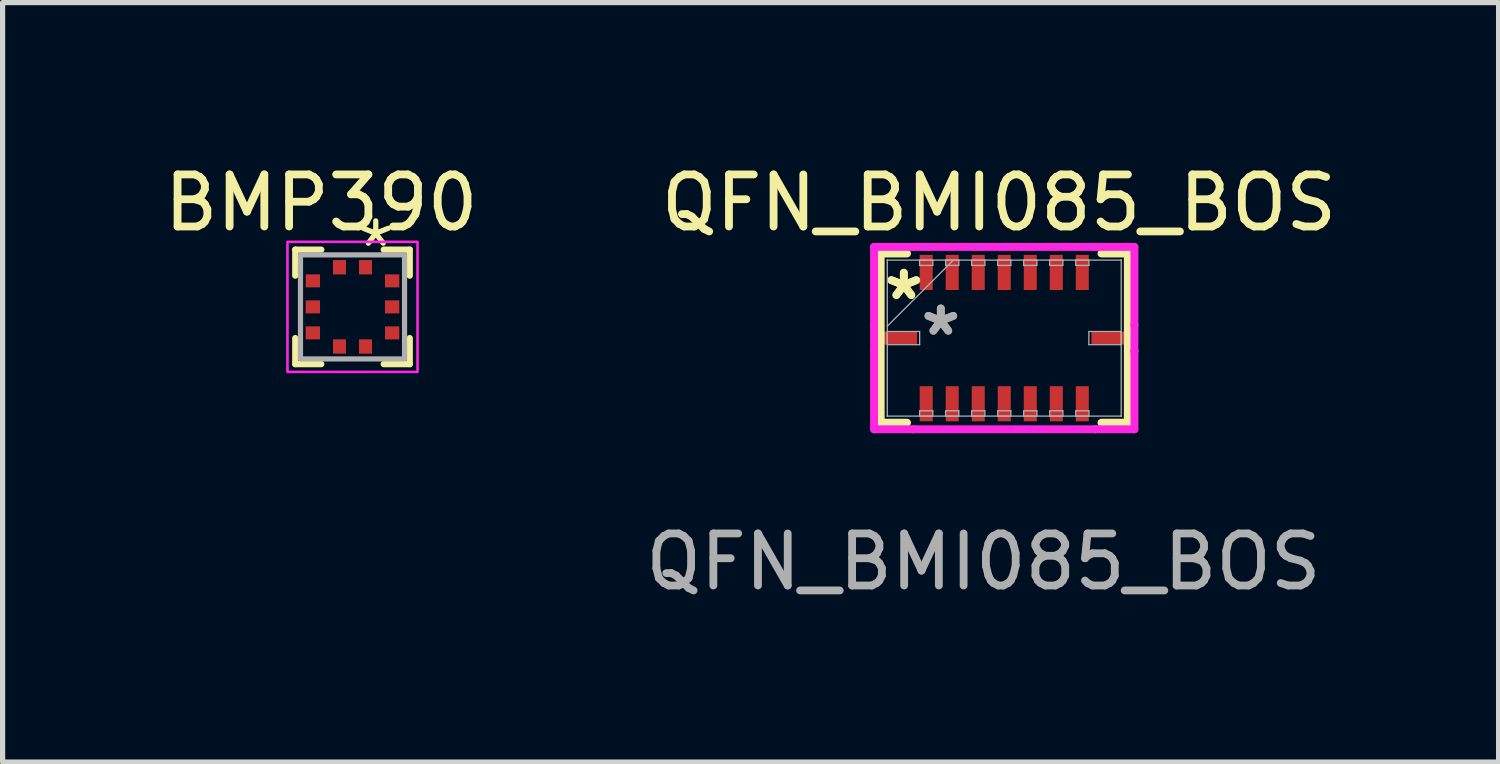
<source format=kicad_pcb>
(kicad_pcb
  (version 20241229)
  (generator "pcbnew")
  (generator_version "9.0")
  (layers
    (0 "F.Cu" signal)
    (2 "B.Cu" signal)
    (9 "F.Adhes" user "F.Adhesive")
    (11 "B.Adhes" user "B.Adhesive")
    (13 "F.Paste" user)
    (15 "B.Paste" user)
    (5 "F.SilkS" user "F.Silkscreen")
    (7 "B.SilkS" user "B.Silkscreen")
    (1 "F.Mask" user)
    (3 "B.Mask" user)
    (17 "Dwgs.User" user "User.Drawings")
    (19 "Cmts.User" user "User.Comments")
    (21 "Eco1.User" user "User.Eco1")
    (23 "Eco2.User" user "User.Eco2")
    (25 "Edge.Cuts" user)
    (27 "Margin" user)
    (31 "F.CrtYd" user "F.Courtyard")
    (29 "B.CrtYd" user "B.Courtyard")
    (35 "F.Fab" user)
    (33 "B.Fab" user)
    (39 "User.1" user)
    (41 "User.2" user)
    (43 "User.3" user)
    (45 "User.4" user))
  (footprint "QFN_BMI085_BOS"
    (layer "F.Cu")
    (at 16.251 3.448)
    (property "Reference" "QFN_BMI085_BOS" (at -0.1 -2.6 0) (unlocked yes) (layer "F.SilkS") (effects (font (size 1 1) (thickness 0.15))))
    (attr smd)
    (fp_line (start -2.375 -1.626) (end -2.375 1.626) (stroke (width 0.152) (type solid)) (layer "F.SilkS"))
    (fp_line (start -2.375 1.626) (end -1.869 1.626) (stroke (width 0.152) (type solid)) (layer "F.SilkS"))
    (fp_line (start -1.869 -1.626) (end -2.375 -1.626) (stroke (width 0.152) (type solid)) (layer "F.SilkS"))
    (fp_line (start 1.869 1.626) (end 2.375 1.626) (stroke (width 0.152) (type solid)) (layer "F.SilkS"))
    (fp_line (start 2.375 -1.626) (end 1.869 -1.626) (stroke (width 0.152) (type solid)) (layer "F.SilkS"))
    (fp_line (start 2.375 1.626) (end 2.375 -1.626) (stroke (width 0.152) (type solid)) (layer "F.SilkS"))
    (fp_line (start -2.502 -1.753) (end -1.75 -1.753) (stroke (width 0.152) (type solid)) (layer "F.CrtYd"))
    (fp_line (start -2.502 -0.25) (end -2.502 -1.753) (stroke (width 0.152) (type solid)) (layer "F.CrtYd"))
    (fp_line (start -2.502 -0.25) (end -2.502 -0.25) (stroke (width 0.152) (type solid)) (layer "F.CrtYd"))
    (fp_line (start -2.502 0.25) (end -2.502 -0.25) (stroke (width 0.152) (type solid)) (layer "F.CrtYd"))
    (fp_line (start -2.502 0.25) (end -2.502 0.25) (stroke (width 0.152) (type solid)) (layer "F.CrtYd"))
    (fp_line (start -2.502 1.753) (end -2.502 0.25) (stroke (width 0.152) (type solid)) (layer "F.CrtYd"))
    (fp_line (start -1.75 -1.753) (end -1.75 -1.753) (stroke (width 0.152) (type solid)) (layer "F.CrtYd"))
    (fp_line (start -1.75 -1.753) (end 1.75 -1.753) (stroke (width 0.152) (type solid)) (layer "F.CrtYd"))
    (fp_line (start -1.75 1.753) (end -2.502 1.753) (stroke (width 0.152) (type solid)) (layer "F.CrtYd"))
    (fp_line (start -1.75 1.753) (end -1.75 1.753) (stroke (width 0.152) (type solid)) (layer "F.CrtYd"))
    (fp_line (start 1.75 -1.753) (end 1.75 -1.753) (stroke (width 0.152) (type solid)) (layer "F.CrtYd"))
    (fp_line (start 1.75 -1.753) (end 2.502 -1.753) (stroke (width 0.152) (type solid)) (layer "F.CrtYd"))
    (fp_line (start 1.75 1.753) (end -1.75 1.753) (stroke (width 0.152) (type solid)) (layer "F.CrtYd"))
    (fp_line (start 1.75 1.753) (end 1.75 1.753) (stroke (width 0.152) (type solid)) (layer "F.CrtYd"))
    (fp_line (start 2.502 -1.753) (end 2.502 -0.25) (stroke (width 0.152) (type solid)) (layer "F.CrtYd"))
    (fp_line (start 2.502 -0.25) (end 2.502 -0.25) (stroke (width 0.152) (type solid)) (layer "F.CrtYd"))
    (fp_line (start 2.502 -0.25) (end 2.502 0.25) (stroke (width 0.152) (type solid)) (layer "F.CrtYd"))
    (fp_line (start 2.502 0.25) (end 2.502 0.25) (stroke (width 0.152) (type solid)) (layer "F.CrtYd"))
    (fp_line (start 2.502 0.25) (end 2.502 1.753) (stroke (width 0.152) (type solid)) (layer "F.CrtYd"))
    (fp_line (start 2.502 1.753) (end 1.75 1.753) (stroke (width 0.152) (type solid)) (layer "F.CrtYd"))
    (fp_line (start -2.248 -1.499) (end -2.248 -1.499) (stroke (width 0.025) (type solid)) (layer "F.Fab"))
    (fp_line (start -2.248 -1.499) (end -2.248 1.499) (stroke (width 0.025) (type solid)) (layer "F.Fab"))
    (fp_line (start -2.248 -0.229) (end -0.978 -1.499) (stroke (width 0.025) (type solid)) (layer "F.Fab"))
    (fp_line (start -2.248 -0.127) (end -1.626 -0.127) (stroke (width 0.025) (type solid)) (layer "F.Fab"))
    (fp_line (start -2.248 0.127) (end -2.248 -0.127) (stroke (width 0.025) (type solid)) (layer "F.Fab"))
    (fp_line (start -2.248 1.499) (end -2.248 1.499) (stroke (width 0.025) (type solid)) (layer "F.Fab"))
    (fp_line (start -2.248 1.499) (end 2.248 1.499) (stroke (width 0.025) (type solid)) (layer "F.Fab"))
    (fp_line (start -1.627 -1.499) (end -1.373 -1.499) (stroke (width 0.025) (type solid)) (layer "F.Fab"))
    (fp_line (start -1.627 -1.397) (end -1.627 -1.499) (stroke (width 0.025) (type solid)) (layer "F.Fab"))
    (fp_line (start -1.627 1.397) (end -1.373 1.397) (stroke (width 0.025) (type solid)) (layer "F.Fab"))
    (fp_line (start -1.627 1.499) (end -1.627 1.397) (stroke (width 0.025) (type solid)) (layer "F.Fab"))
    (fp_line (start -1.626 -0.127) (end -1.626 0.127) (stroke (width 0.025) (type solid)) (layer "F.Fab"))
    (fp_line (start -1.626 0.127) (end -2.248 0.127) (stroke (width 0.025) (type solid)) (layer "F.Fab"))
    (fp_line (start -1.373 -1.499) (end -1.373 -1.397) (stroke (width 0.025) (type solid)) (layer "F.Fab"))
    (fp_line (start -1.373 -1.397) (end -1.627 -1.397) (stroke (width 0.025) (type solid)) (layer "F.Fab"))
    (fp_line (start -1.373 1.397) (end -1.373 1.499) (stroke (width 0.025) (type solid)) (layer "F.Fab"))
    (fp_line (start -1.373 1.499) (end -1.627 1.499) (stroke (width 0.025) (type solid)) (layer "F.Fab"))
    (fp_line (start -1.127 -1.499) (end -0.873 -1.499) (stroke (width 0.025) (type solid)) (layer "F.Fab"))
    (fp_line (start -1.127 -1.397) (end -1.127 -1.499) (stroke (width 0.025) (type solid)) (layer "F.Fab"))
    (fp_line (start -1.127 1.397) (end -0.873 1.397) (stroke (width 0.025) (type solid)) (layer "F.Fab"))
    (fp_line (start -1.127 1.499) (end -1.127 1.397) (stroke (width 0.025) (type solid)) (layer "F.Fab"))
    (fp_line (start -0.873 -1.499) (end -0.873 -1.397) (stroke (width 0.025) (type solid)) (layer "F.Fab"))
    (fp_line (start -0.873 -1.397) (end -1.127 -1.397) (stroke (width 0.025) (type solid)) (layer "F.Fab"))
    (fp_line (start -0.873 1.397) (end -0.873 1.499) (stroke (width 0.025) (type solid)) (layer "F.Fab"))
    (fp_line (start -0.873 1.499) (end -1.127 1.499) (stroke (width 0.025) (type solid)) (layer "F.Fab"))
    (fp_line (start -0.627 -1.499) (end -0.373 -1.499) (stroke (width 0.025) (type solid)) (layer "F.Fab"))
    (fp_line (start -0.627 -1.397) (end -0.627 -1.499) (stroke (width 0.025) (type solid)) (layer "F.Fab"))
    (fp_line (start -0.627 1.397) (end -0.373 1.397) (stroke (width 0.025) (type solid)) (layer "F.Fab"))
    (fp_line (start -0.627 1.499) (end -0.627 1.397) (stroke (width 0.025) (type solid)) (layer "F.Fab"))
    (fp_line (start -0.373 -1.499) (end -0.373 -1.397) (stroke (width 0.025) (type solid)) (layer "F.Fab"))
    (fp_line (start -0.373 -1.397) (end -0.627 -1.397) (stroke (width 0.025) (type solid)) (layer "F.Fab"))
    (fp_line (start -0.373 1.397) (end -0.373 1.499) (stroke (width 0.025) (type solid)) (layer "F.Fab"))
    (fp_line (start -0.373 1.499) (end -0.627 1.499) (stroke (width 0.025) (type solid)) (layer "F.Fab"))
    (fp_line (start -0.127 -1.499) (end 0.127 -1.499) (stroke (width 0.025) (type solid)) (layer "F.Fab"))
    (fp_line (start -0.127 -1.397) (end -0.127 -1.499) (stroke (width 0.025) (type solid)) (layer "F.Fab"))
    (fp_line (start -0.127 1.397) (end 0.127 1.397) (stroke (width 0.025) (type solid)) (layer "F.Fab"))
    (fp_line (start -0.127 1.499) (end -0.127 1.397) (stroke (width 0.025) (type solid)) (layer "F.Fab"))
    (fp_line (start 0.127 -1.499) (end 0.127 -1.397) (stroke (width 0.025) (type solid)) (layer "F.Fab"))
    (fp_line (start 0.127 -1.397) (end -0.127 -1.397) (stroke (width 0.025) (type solid)) (layer "F.Fab"))
    (fp_line (start 0.127 1.397) (end 0.127 1.499) (stroke (width 0.025) (type solid)) (layer "F.Fab"))
    (fp_line (start 0.127 1.499) (end -0.127 1.499) (stroke (width 0.025) (type solid)) (layer "F.Fab"))
    (fp_line (start 0.373 -1.499) (end 0.627 -1.499) (stroke (width 0.025) (type solid)) (layer "F.Fab"))
    (fp_line (start 0.373 -1.397) (end 0.373 -1.499) (stroke (width 0.025) (type solid)) (layer "F.Fab"))
    (fp_line (start 0.373 1.397) (end 0.627 1.397) (stroke (width 0.025) (type solid)) (layer "F.Fab"))
    (fp_line (start 0.373 1.499) (end 0.373 1.397) (stroke (width 0.025) (type solid)) (layer "F.Fab"))
    (fp_line (start 0.627 -1.499) (end 0.627 -1.397) (stroke (width 0.025) (type solid)) (layer "F.Fab"))
    (fp_line (start 0.627 -1.397) (end 0.373 -1.397) (stroke (width 0.025) (type solid)) (layer "F.Fab"))
    (fp_line (start 0.627 1.397) (end 0.627 1.499) (stroke (width 0.025) (type solid)) (layer "F.Fab"))
    (fp_line (start 0.627 1.499) (end 0.373 1.499) (stroke (width 0.025) (type solid)) (layer "F.Fab"))
    (fp_line (start 0.873 -1.499) (end 1.127 -1.499) (stroke (width 0.025) (type solid)) (layer "F.Fab"))
    (fp_line (start 0.873 -1.397) (end 0.873 -1.499) (stroke (width 0.025) (type solid)) (layer "F.Fab"))
    (fp_line (start 0.873 1.397) (end 1.127 1.397) (stroke (width 0.025) (type solid)) (layer "F.Fab"))
    (fp_line (start 0.873 1.499) (end 0.873 1.397) (stroke (width 0.025) (type solid)) (layer "F.Fab"))
    (fp_line (start 1.127 -1.499) (end 1.127 -1.397) (stroke (width 0.025) (type solid)) (layer "F.Fab"))
    (fp_line (start 1.127 -1.397) (end 0.873 -1.397) (stroke (width 0.025) (type solid)) (layer "F.Fab"))
    (fp_line (start 1.127 1.397) (end 1.127 1.499) (stroke (width 0.025) (type solid)) (layer "F.Fab"))
    (fp_line (start 1.127 1.499) (end 0.873 1.499) (stroke (width 0.025) (type solid)) (layer "F.Fab"))
    (fp_line (start 1.373 -1.499) (end 1.627 -1.499) (stroke (width 0.025) (type solid)) (layer "F.Fab"))
    (fp_line (start 1.373 -1.397) (end 1.373 -1.499) (stroke (width 0.025) (type solid)) (layer "F.Fab"))
    (fp_line (start 1.373 1.397) (end 1.627 1.397) (stroke (width 0.025) (type solid)) (layer "F.Fab"))
    (fp_line (start 1.373 1.499) (end 1.373 1.397) (stroke (width 0.025) (type solid)) (layer "F.Fab"))
    (fp_line (start 1.626 -0.127) (end 2.248 -0.127) (stroke (width 0.025) (type solid)) (layer "F.Fab"))
    (fp_line (start 1.626 0.127) (end 1.626 -0.127) (stroke (width 0.025) (type solid)) (layer "F.Fab"))
    (fp_line (start 1.627 -1.499) (end 1.627 -1.397) (stroke (width 0.025) (type solid)) (layer "F.Fab"))
    (fp_line (start 1.627 -1.397) (end 1.373 -1.397) (stroke (width 0.025) (type solid)) (layer "F.Fab"))
    (fp_line (start 1.627 1.397) (end 1.627 1.499) (stroke (width 0.025) (type solid)) (layer "F.Fab"))
    (fp_line (start 1.627 1.499) (end 1.373 1.499) (stroke (width 0.025) (type solid)) (layer "F.Fab"))
    (fp_line (start 2.248 -1.499) (end -2.248 -1.499) (stroke (width 0.025) (type solid)) (layer "F.Fab"))
    (fp_line (start 2.248 -1.499) (end 2.248 -1.499) (stroke (width 0.025) (type solid)) (layer "F.Fab"))
    (fp_line (start 2.248 -0.127) (end 2.248 0.127) (stroke (width 0.025) (type solid)) (layer "F.Fab"))
    (fp_line (start 2.248 0.127) (end 1.626 0.127) (stroke (width 0.025) (type solid)) (layer "F.Fab"))
    (fp_line (start 2.248 1.499) (end 2.248 -1.499) (stroke (width 0.025) (type solid)) (layer "F.Fab"))
    (fp_line (start 2.248 1.499) (end 2.248 1.499) (stroke (width 0.025) (type solid)) (layer "F.Fab"))
    (fp_text user "*" (at -1.93 -0.711 0) (layer "F.SilkS") (effects (font (size 1 1) (thickness 0.15))))
    (fp_text user "*" (at -1.93 -0.711 0) (unlocked yes) (layer "F.SilkS") (effects (font (size 1 1) (thickness 0.15))))
    (fp_text user "*" (at -1.219 -0.025 0) (layer "F.Fab") (effects (font (size 1 1) (thickness 0.15))))
    (fp_text user "*" (at -1.219 -0.025 0) (unlocked yes) (layer "F.Fab") (effects (font (size 1 1) (thickness 0.15))))
    (fp_text user "${REFERENCE}" (at -0.4 4.3 0) (unlocked yes) (layer "F.Fab") (effects (font (size 1 1) (thickness 0.15))))
    (pad "1" smd rect (at -1.5 -1.262) (size 0.25 0.675) (layers "F.Cu" "F.Mask" "F.Paste"))
    (pad "2" smd rect (at -1 -1.262) (size 0.25 0.675) (layers "F.Cu" "F.Mask" "F.Paste"))
    (pad "3" smd rect (at -0.5 -1.262) (size 0.25 0.675) (layers "F.Cu" "F.Mask" "F.Paste"))
    (pad "4" smd rect (at 0 -1.262) (size 0.25 0.675) (layers "F.Cu" "F.Mask" "F.Paste"))
    (pad "5" smd rect (at 0.5 -1.262) (size 0.25 0.675) (layers "F.Cu" "F.Mask" "F.Paste"))
    (pad "6" smd rect (at 1 -1.262) (size 0.25 0.675) (layers "F.Cu" "F.Mask" "F.Paste"))
    (pad "7" smd rect (at 1.5 -1.262) (size 0.25 0.675) (layers "F.Cu" "F.Mask" "F.Paste"))
    (pad "8" smd rect (at 2.013 0 90) (size 0.25 0.675) (layers "F.Cu" "F.Mask" "F.Paste"))
    (pad "9" smd rect (at 1.5 1.262) (size 0.25 0.675) (layers "F.Cu" "F.Mask" "F.Paste"))
    (pad "10" smd rect (at 1 1.262) (size 0.25 0.675) (layers "F.Cu" "F.Mask" "F.Paste"))
    (pad "11" smd rect (at 0.5 1.262) (size 0.25 0.675) (layers "F.Cu" "F.Mask" "F.Paste"))
    (pad "12" smd rect (at 0 1.262) (size 0.25 0.675) (layers "F.Cu" "F.Mask" "F.Paste"))
    (pad "13" smd rect (at -0.5 1.262) (size 0.25 0.675) (layers "F.Cu" "F.Mask" "F.Paste"))
    (pad "14" smd rect (at -1 1.262) (size 0.25 0.675) (layers "F.Cu" "F.Mask" "F.Paste"))
    (pad "15" smd rect (at -1.5 1.262) (size 0.25 0.675) (layers "F.Cu" "F.Mask" "F.Paste"))
    (pad "16" smd rect (at -2.013 0 90) (size 0.25 0.675) (layers "F.Cu" "F.Mask" "F.Paste")))
  (footprint "BMP390"
    (layer "F.Cu")
    (at 3.725 2.848)
    (property "Reference" "BMP390" (at -0.6 -2 0) (unlocked yes) (layer "F.SilkS") (effects (font (size 1 1) (thickness 0.15))))
    (attr smd)
    (fp_line (start -1.1 -1.1) (end -1.1 -0.6) (stroke (width 0.12) (type solid)) (layer "F.SilkS"))
    (fp_line (start -1.1 -1.1) (end -0.6 -1.1) (stroke (width 0.12) (type solid)) (layer "F.SilkS"))
    (fp_line (start -1.1 1.1) (end -1.1 0.6) (stroke (width 0.12) (type solid)) (layer "F.SilkS"))
    (fp_line (start -1.1 1.1) (end -0.6 1.1) (stroke (width 0.12) (type solid)) (layer "F.SilkS"))
    (fp_line (start 1.1 -1.1) (end 0.6 -1.1) (stroke (width 0.12) (type solid)) (layer "F.SilkS"))
    (fp_line (start 1.1 -1.1) (end 1.1 -0.6) (stroke (width 0.12) (type solid)) (layer "F.SilkS"))
    (fp_line (start 1.1 1.1) (end 0.6 1.1) (stroke (width 0.12) (type solid)) (layer "F.SilkS"))
    (fp_line (start 1.1 1.1) (end 1.1 0.6) (stroke (width 0.12) (type solid)) (layer "F.SilkS"))
    (fp_rect (start -1.25 -1.25) (end 1.25 1.25) (stroke (width 0.05) (type solid)) (fill no) (layer "F.CrtYd"))
    (fp_rect (start -1 -1) (end 1 1) (stroke (width 0.1) (type solid)) (fill no) (layer "F.Fab"))
    (fp_text user "*" (at 0 -0.525 0) (unlocked yes) (layer "F.SilkS") (effects (font (size 1 1) (thickness 0.1)) (justify left bottom)))
    (pad "1" smd rect (at 0.25 -0.762) (size 0.25 0.275) (layers "F.Cu" "F.Mask" "F.Paste"))
    (pad "2" smd rect (at -0.25 -0.762) (size 0.25 0.275) (layers "F.Cu" "F.Mask" "F.Paste"))
    (pad "3" smd rect (at -0.762 -0.5) (size 0.275 0.25) (layers "F.Cu" "F.Mask" "F.Paste"))
    (pad "4" smd rect (at -0.762 0) (size 0.275 0.25) (layers "F.Cu" "F.Mask" "F.Paste"))
    (pad "5" smd rect (at -0.762 0.5) (size 0.275 0.25) (layers "F.Cu" "F.Mask" "F.Paste"))
    (pad "6" smd rect (at -0.25 0.762) (size 0.25 0.275) (layers "F.Cu" "F.Mask" "F.Paste"))
    (pad "7" smd rect (at 0.25 0.762) (size 0.25 0.275) (layers "F.Cu" "F.Mask" "F.Paste"))
    (pad "8" smd rect (at 0.762 0.5) (size 0.275 0.25) (layers "F.Cu" "F.Mask" "F.Paste"))
    (pad "9" smd rect (at 0.762 0) (size 0.275 0.25) (layers "F.Cu" "F.Mask" "F.Paste"))
    (pad "10" smd rect (at 0.762 -0.5) (size 0.275 0.25) (layers "F.Cu" "F.Mask" "F.Paste")))
  (gr_rect
    (start -3 -3)
    (end 25.752 11.597)
    (stroke (width 0.1) (type default))
    (fill no)
    (layer "Edge.Cuts")))
</source>
